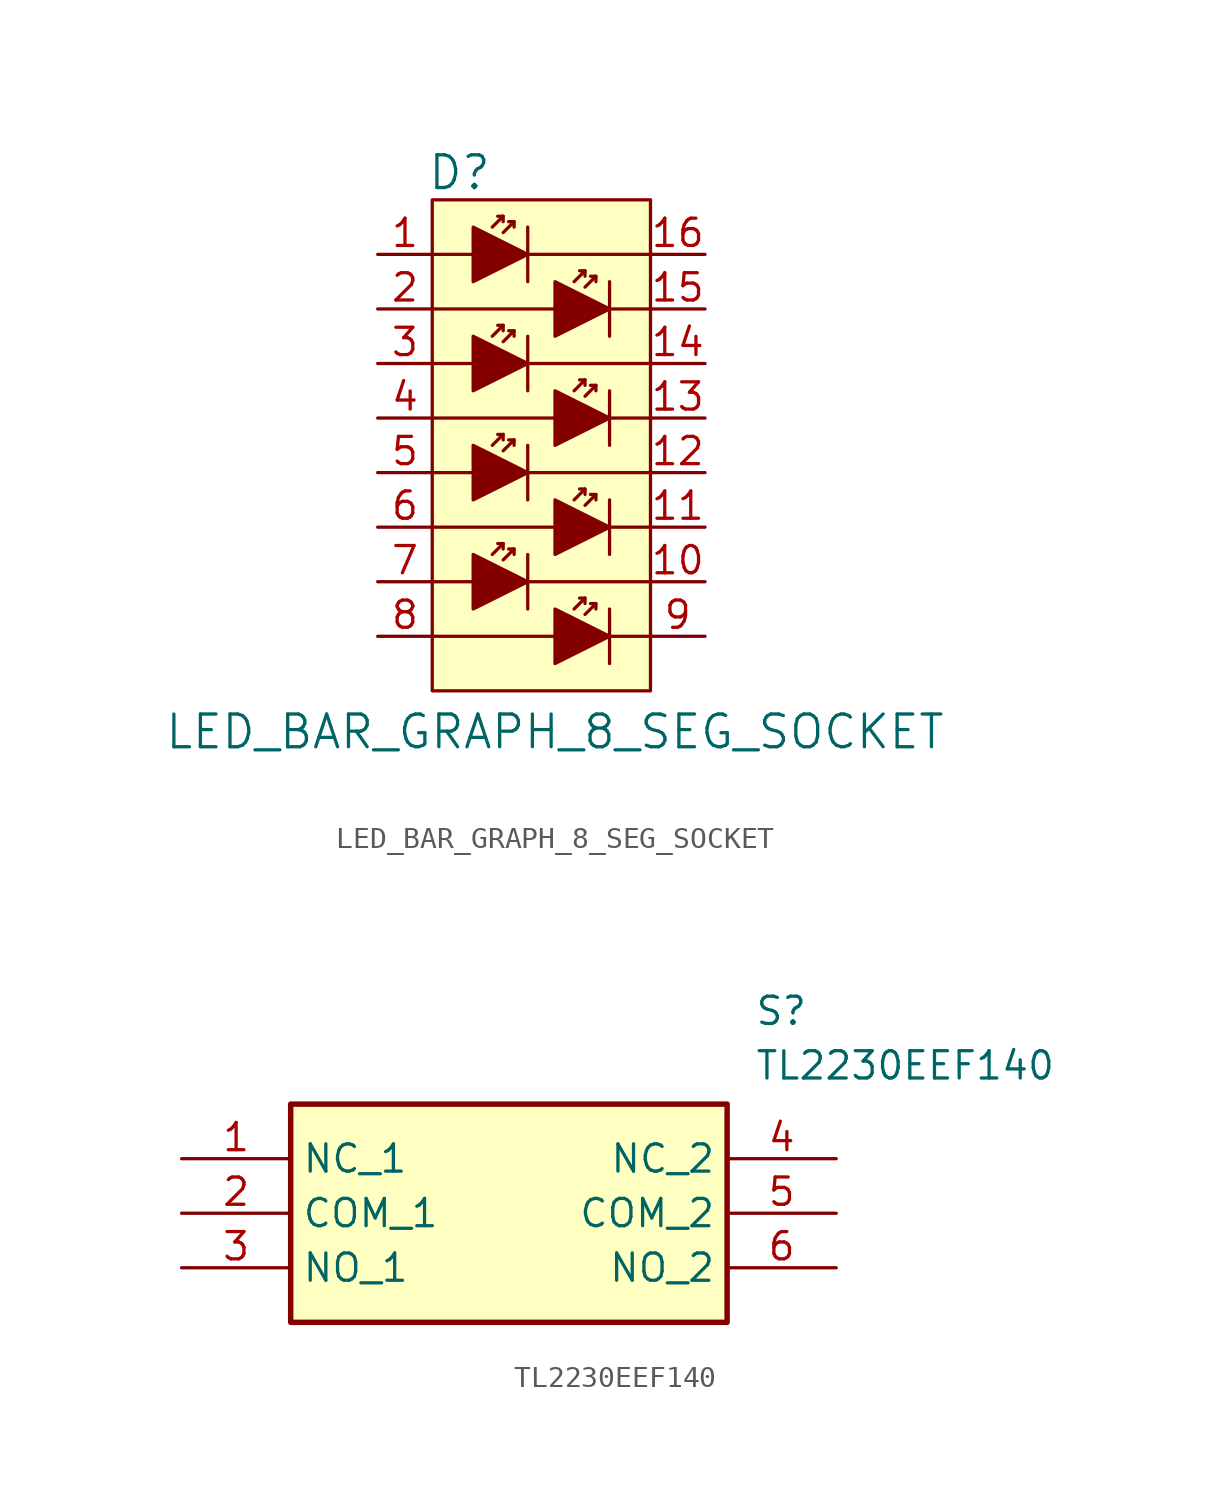
<source format=kicad_sym>
(kicad_symbol_lib
  (version 20220914)
  (generator kicad_symbol_editor)
  (symbol "LED_BAR_GRAPH_8_SEG_SOCKET"
    (pin_names
      (offset 0))
    (property "Reference" "D"
      (at -3.81 3.81 0)
      (effects (font (size 1.524 1.524))))
    (property "Value" "LED_BAR_GRAPH_8_SEG_SOCKET"
      (at 0.635 -22.225 0)
      (effects (font (size 1.524 1.524))))
    (symbol "LED_BAR_GRAPH_8_SEG_SOCKET_0_1"
      (rectangle (start -5.08 2.54) (end 5.08 -20.32) (stroke (width 0) (type default)) (fill (type background)))
      (polyline (pts (xy -5.08 -15.24) (xy -3.175 -15.24)) (stroke (width 0) (type default)) (fill (type none)))
      (polyline (pts (xy -5.08 -10.16) (xy -3.175 -10.16)) (stroke (width 0) (type default)) (fill (type none)))
      (polyline (pts (xy -5.08 -5.08) (xy -3.175 -5.08)) (stroke (width 0) (type default)) (fill (type none)))
      (polyline (pts (xy -3.175 0) (xy -5.08 0)) (stroke (width 0) (type default)) (fill (type none)))
      (polyline (pts (xy -1.778 -13.462) (xy -2.286 -13.97)) (stroke (width 0) (type default)) (fill (type none)))
      (polyline (pts (xy -1.778 -8.382) (xy -2.286 -8.89)) (stroke (width 0) (type default)) (fill (type none)))
      (polyline (pts (xy -1.778 -3.302) (xy -2.286 -3.81)) (stroke (width 0) (type default)) (fill (type none)))
      (polyline (pts (xy -1.778 1.778) (xy -2.286 1.27)) (stroke (width 0) (type default)) (fill (type none)))
      (polyline (pts (xy -1.27 -13.716) (xy -1.778 -14.224)) (stroke (width 0) (type default)) (fill (type none)))
      (polyline (pts (xy -1.27 -8.636) (xy -1.778 -9.144)) (stroke (width 0) (type default)) (fill (type none)))
      (polyline (pts (xy -1.27 -3.556) (xy -1.778 -4.064)) (stroke (width 0) (type default)) (fill (type none)))
      (polyline (pts (xy -1.27 1.524) (xy -1.778 1.016)) (stroke (width 0) (type default)) (fill (type none)))
      (polyline (pts (xy -0.635 -16.51) (xy -0.635 -13.97)) (stroke (width 0) (type default)) (fill (type none)))
      (polyline (pts (xy -0.635 -15.24) (xy 5.08 -15.24)) (stroke (width 0) (type default)) (fill (type none)))
      (polyline (pts (xy -0.635 -10.16) (xy 5.08 -10.16)) (stroke (width 0) (type default)) (fill (type none)))
      (polyline (pts (xy -0.635 -8.89) (xy -0.635 -11.43)) (stroke (width 0) (type default)) (fill (type none)))
      (polyline (pts (xy -0.635 -5.08) (xy 5.08 -5.08)) (stroke (width 0) (type default)) (fill (type none)))
      (polyline (pts (xy -0.635 -3.81) (xy -0.635 -6.35)) (stroke (width 0) (type default)) (fill (type none)))
      (polyline (pts (xy -0.635 0) (xy 5.08 0)) (stroke (width 0) (type default)) (fill (type none)))
      (polyline (pts (xy -0.635 1.27) (xy -0.635 -1.27)) (stroke (width 0) (type default)) (fill (type none)))
      (polyline (pts (xy 0.635 -17.78) (xy -5.08 -17.78)) (stroke (width 0) (type default)) (fill (type none)))
      (polyline (pts (xy 0.635 -12.7) (xy -5.08 -12.7)) (stroke (width 0) (type default)) (fill (type none)))
      (polyline (pts (xy 0.635 -7.62) (xy -5.08 -7.62)) (stroke (width 0) (type default)) (fill (type none)))
      (polyline (pts (xy 0.635 -2.54) (xy -5.08 -2.54)) (stroke (width 0) (type default)) (fill (type none)))
      (polyline (pts (xy 2.032 -16.002) (xy 1.524 -16.51)) (stroke (width 0) (type default)) (fill (type none)))
      (polyline (pts (xy 2.032 -10.922) (xy 1.524 -11.43)) (stroke (width 0) (type default)) (fill (type none)))
      (polyline (pts (xy 2.032 -5.842) (xy 1.524 -6.35)) (stroke (width 0) (type default)) (fill (type none)))
      (polyline (pts (xy 2.032 -0.762) (xy 1.524 -1.27)) (stroke (width 0) (type default)) (fill (type none)))
      (polyline (pts (xy 2.54 -16.256) (xy 2.032 -16.764)) (stroke (width 0) (type default)) (fill (type none)))
      (polyline (pts (xy 2.54 -11.176) (xy 2.032 -11.684)) (stroke (width 0) (type default)) (fill (type none)))
      (polyline (pts (xy 2.54 -6.096) (xy 2.032 -6.604)) (stroke (width 0) (type default)) (fill (type none)))
      (polyline (pts (xy 2.54 -1.016) (xy 2.032 -1.524)) (stroke (width 0) (type default)) (fill (type none)))
      (polyline (pts (xy 3.175 -17.78) (xy 5.08 -17.78)) (stroke (width 0) (type default)) (fill (type none)))
      (polyline (pts (xy 3.175 -16.51) (xy 3.175 -19.05)) (stroke (width 0) (type default)) (fill (type none)))
      (polyline (pts (xy 3.175 -12.7) (xy 5.08 -12.7)) (stroke (width 0) (type default)) (fill (type none)))
      (polyline (pts (xy 3.175 -11.43) (xy 3.175 -13.97)) (stroke (width 0) (type default)) (fill (type none)))
      (polyline (pts (xy 3.175 -7.62) (xy 5.08 -7.62)) (stroke (width 0) (type default)) (fill (type none)))
      (polyline (pts (xy 3.175 -6.35) (xy 3.175 -8.89)) (stroke (width 0) (type default)) (fill (type none)))
      (polyline (pts (xy 3.175 -2.54) (xy 5.08 -2.54)) (stroke (width 0) (type default)) (fill (type none)))
      (polyline (pts (xy 3.175 -1.27) (xy 3.175 -3.81)) (stroke (width 0) (type default)) (fill (type none)))
      (polyline (pts (xy -2.032 -13.462) (xy -1.778 -13.462) (xy -1.778 -13.716)) (stroke (width 0) (type default)) (fill (type none)))
      (polyline (pts (xy -2.032 -8.382) (xy -1.778 -8.382) (xy -1.778 -8.636)) (stroke (width 0) (type default)) (fill (type none)))
      (polyline (pts (xy -2.032 -3.302) (xy -1.778 -3.302) (xy -1.778 -3.556)) (stroke (width 0) (type default)) (fill (type none)))
      (polyline (pts (xy -2.032 1.778) (xy -1.778 1.778) (xy -1.778 1.524)) (stroke (width 0) (type default)) (fill (type none)))
      (polyline (pts (xy -1.524 -13.716) (xy -1.27 -13.716) (xy -1.27 -13.97)) (stroke (width 0) (type default)) (fill (type none)))
      (polyline (pts (xy -1.524 -8.636) (xy -1.27 -8.636) (xy -1.27 -8.89)) (stroke (width 0) (type default)) (fill (type none)))
      (polyline (pts (xy -1.524 -3.556) (xy -1.27 -3.556) (xy -1.27 -3.81)) (stroke (width 0) (type default)) (fill (type none)))
      (polyline (pts (xy -1.524 1.524) (xy -1.27 1.524) (xy -1.27 1.27)) (stroke (width 0) (type default)) (fill (type none)))
      (polyline (pts (xy 1.778 -16.002) (xy 2.032 -16.002) (xy 2.032 -16.256)) (stroke (width 0) (type default)) (fill (type none)))
      (polyline (pts (xy 1.778 -10.922) (xy 2.032 -10.922) (xy 2.032 -11.176)) (stroke (width 0) (type default)) (fill (type none)))
      (polyline (pts (xy 1.778 -5.842) (xy 2.032 -5.842) (xy 2.032 -6.096)) (stroke (width 0) (type default)) (fill (type none)))
      (polyline (pts (xy 1.778 -0.762) (xy 2.032 -0.762) (xy 2.032 -1.016)) (stroke (width 0) (type default)) (fill (type none)))
      (polyline (pts (xy 2.286 -16.256) (xy 2.54 -16.256) (xy 2.54 -16.51)) (stroke (width 0) (type default)) (fill (type none)))
      (polyline (pts (xy 2.286 -11.176) (xy 2.54 -11.176) (xy 2.54 -11.43)) (stroke (width 0) (type default)) (fill (type none)))
      (polyline (pts (xy 2.286 -6.096) (xy 2.54 -6.096) (xy 2.54 -6.35)) (stroke (width 0) (type default)) (fill (type none)))
      (polyline (pts (xy 2.286 -1.016) (xy 2.54 -1.016) (xy 2.54 -1.27)) (stroke (width 0) (type default)) (fill (type none)))
      (polyline (pts (xy -3.175 -13.97) (xy -3.175 -16.51) (xy -0.635 -15.24) (xy -3.175 -13.97)) (stroke (width 0) (type default)) (fill (type outline)))
      (polyline (pts (xy -3.175 -8.89) (xy -3.175 -11.43) (xy -0.635 -10.16) (xy -3.175 -8.89)) (stroke (width 0) (type default)) (fill (type outline)))
      (polyline (pts (xy -3.175 -3.81) (xy -3.175 -6.35) (xy -0.635 -5.08) (xy -3.175 -3.81)) (stroke (width 0) (type default)) (fill (type outline)))
      (polyline (pts (xy -3.175 1.27) (xy -3.175 -1.27) (xy -0.635 0) (xy -3.175 1.27)) (stroke (width 0) (type default)) (fill (type outline)))
      (polyline (pts (xy 0.635 -16.51) (xy 0.635 -19.05) (xy 3.175 -17.78) (xy 0.635 -16.51)) (stroke (width 0) (type default)) (fill (type outline)))
      (polyline (pts (xy 0.635 -11.43) (xy 0.635 -13.97) (xy 3.175 -12.7) (xy 0.635 -11.43)) (stroke (width 0) (type default)) (fill (type outline)))
      (polyline (pts (xy 0.635 -6.35) (xy 0.635 -8.89) (xy 3.175 -7.62) (xy 0.635 -6.35)) (stroke (width 0) (type default)) (fill (type outline)))
      (polyline (pts (xy 0.635 -1.27) (xy 0.635 -3.81) (xy 3.175 -2.54) (xy 0.635 -1.27)) (stroke (width 0) (type default)) (fill (type outline))))
    (symbol "LED_BAR_GRAPH_8_SEG_SOCKET_1_1"
      (pin input line (at -7.62 0 0) (length 2.54) (name "~" (effects (font (size 1.27 1.27)))) (number "1" (effects (font (size 1.27 1.27)))))
      (pin output line (at 7.62 -15.24 180) (length 2.54) (name "~" (effects (font (size 1.27 1.27)))) (number "10" (effects (font (size 1.27 1.27)))))
      (pin output line (at 7.62 -12.7 180) (length 2.54) (name "~" (effects (font (size 1.27 1.27)))) (number "11" (effects (font (size 1.27 1.27)))))
      (pin output line (at 7.62 -10.16 180) (length 2.54) (name "~" (effects (font (size 1.27 1.27)))) (number "12" (effects (font (size 1.27 1.27)))))
      (pin output line (at 7.62 -7.62 180) (length 2.54) (name "~" (effects (font (size 1.27 1.27)))) (number "13" (effects (font (size 1.27 1.27)))))
      (pin output line (at 7.62 -5.08 180) (length 2.54) (name "~" (effects (font (size 1.27 1.27)))) (number "14" (effects (font (size 1.27 1.27)))))
      (pin output line (at 7.62 -2.54 180) (length 2.54) (name "~" (effects (font (size 1.27 1.27)))) (number "15" (effects (font (size 1.27 1.27)))))
      (pin output line (at 7.62 0 180) (length 2.54) (name "~" (effects (font (size 1.27 1.27)))) (number "16" (effects (font (size 1.27 1.27)))))
      (pin input line (at -7.62 -2.54 0) (length 2.54) (name "~" (effects (font (size 1.27 1.27)))) (number "2" (effects (font (size 1.27 1.27)))))
      (pin input line (at -7.62 -5.08 0) (length 2.54) (name "~" (effects (font (size 1.27 1.27)))) (number "3" (effects (font (size 1.27 1.27)))))
      (pin input line (at -7.62 -7.62 0) (length 2.54) (name "~" (effects (font (size 1.27 1.27)))) (number "4" (effects (font (size 1.27 1.27)))))
      (pin input line (at -7.62 -10.16 0) (length 2.54) (name "~" (effects (font (size 1.27 1.27)))) (number "5" (effects (font (size 1.27 1.27)))))
      (pin input line (at -7.62 -12.7 0) (length 2.54) (name "~" (effects (font (size 1.27 1.27)))) (number "6" (effects (font (size 1.27 1.27)))))
      (pin input line (at -7.62 -15.24 0) (length 2.54) (name "~" (effects (font (size 1.27 1.27)))) (number "7" (effects (font (size 1.27 1.27)))))
      (pin input line (at -7.62 -17.78 0) (length 2.54) (name "~" (effects (font (size 1.27 1.27)))) (number "8" (effects (font (size 1.27 1.27)))))
      (pin output line (at 7.62 -17.78 180) (length 2.54) (name "~" (effects (font (size 1.27 1.27)))) (number "9" (effects (font (size 1.27 1.27)))))))
  (symbol "TL2230EEF140"
    (property "Reference" "S"
      (at 26.67 7.62 0)
      (effects (font (size 1.27 1.27)) (justify left top)))
    (property "Value" "TL2230EEF140"
      (at 26.67 5.08 0)
      (effects (font (size 1.27 1.27)) (justify left top)))
    (symbol "TL2230EEF140_1_1"
      (rectangle (start 5.08 2.54) (end 25.4 -7.62) (stroke (width 0.254) (type default)) (fill (type background)))
      (pin passive line (at 0 0 0) (length 5.08) (name "NC_1" (effects (font (size 1.27 1.27)))) (number "1" (effects (font (size 1.27 1.27)))))
      (pin passive line (at 0 -2.54 0) (length 5.08) (name "COM_1" (effects (font (size 1.27 1.27)))) (number "2" (effects (font (size 1.27 1.27)))))
      (pin passive line (at 0 -5.08 0) (length 5.08) (name "NO_1" (effects (font (size 1.27 1.27)))) (number "3" (effects (font (size 1.27 1.27)))))
      (pin passive line (at 30.48 0 180) (length 5.08) (name "NC_2" (effects (font (size 1.27 1.27)))) (number "4" (effects (font (size 1.27 1.27)))))
      (pin passive line (at 30.48 -2.54 180) (length 5.08) (name "COM_2" (effects (font (size 1.27 1.27)))) (number "5" (effects (font (size 1.27 1.27)))))
      (pin passive line (at 30.48 -5.08 180) (length 5.08) (name "NO_2" (effects (font (size 1.27 1.27)))) (number "6" (effects (font (size 1.27 1.27))))))))
</source>
